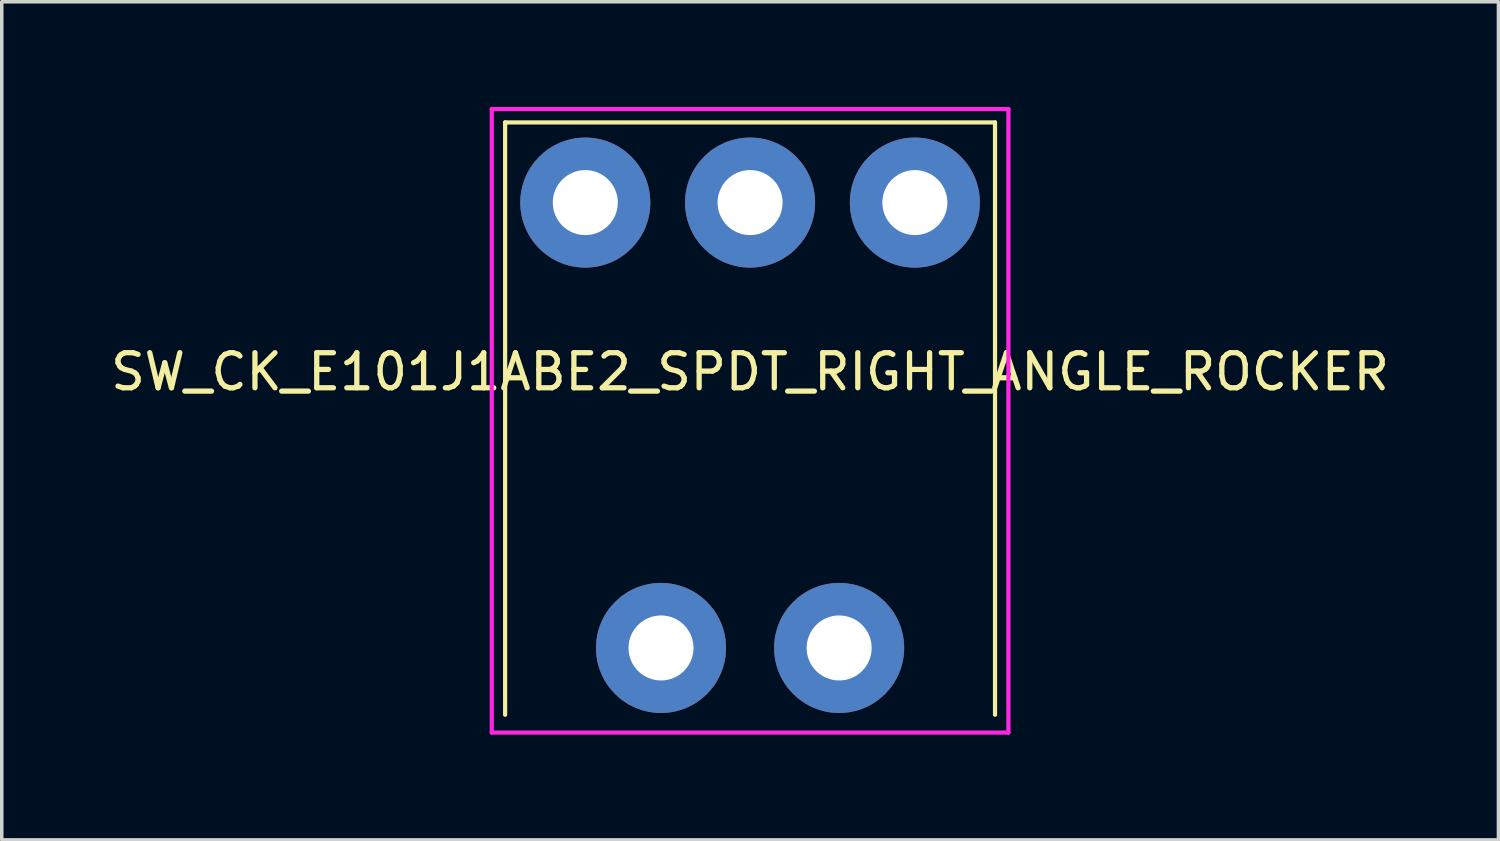
<source format=kicad_pcb>
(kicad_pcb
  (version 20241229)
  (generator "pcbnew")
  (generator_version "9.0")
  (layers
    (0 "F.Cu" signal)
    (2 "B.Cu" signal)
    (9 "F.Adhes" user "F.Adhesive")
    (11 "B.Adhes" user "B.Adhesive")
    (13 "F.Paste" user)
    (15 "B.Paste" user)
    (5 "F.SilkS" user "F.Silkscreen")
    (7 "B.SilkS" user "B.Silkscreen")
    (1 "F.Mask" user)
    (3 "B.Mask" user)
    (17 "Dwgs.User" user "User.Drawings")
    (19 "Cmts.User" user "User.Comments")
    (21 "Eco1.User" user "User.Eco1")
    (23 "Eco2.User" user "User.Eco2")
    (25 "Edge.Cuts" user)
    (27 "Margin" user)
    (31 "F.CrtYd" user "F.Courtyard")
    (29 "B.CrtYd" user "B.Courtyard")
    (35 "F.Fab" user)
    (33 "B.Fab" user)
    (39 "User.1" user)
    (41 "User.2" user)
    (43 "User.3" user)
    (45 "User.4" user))
  (footprint "SW_CK_E101J1ABE2_SPDT_RIGHT_ANGLE_ROCKER"
    (layer "F.Cu")
    (at 23.038 2.727)
    (property "Reference" "SW_CK_E101J1ABE2_SPDT_RIGHT_ANGLE_ROCKER" (at -4.699 4.826 0) (layer "F.SilkS") (effects (font (size 1 1) (thickness 0.15))))
    (attr through_hole)
    (fp_line (start -11.684 -2.286) (end -11.684 14.605) (stroke (width 0.12) (type solid)) (layer "F.SilkS"))
    (fp_line (start 2.286 -2.286) (end -11.684 -2.286) (stroke (width 0.12) (type solid)) (layer "F.SilkS"))
    (fp_line (start 2.286 -2.286) (end 2.286 14.605) (stroke (width 0.12) (type solid)) (layer "F.SilkS"))
    (fp_line (start -12.065 -2.667) (end -12.065 15.113) (stroke (width 0.12) (type solid)) (layer "F.CrtYd"))
    (fp_line (start -12.065 15.113) (end 2.667 15.113) (stroke (width 0.12) (type solid)) (layer "F.CrtYd"))
    (fp_line (start 2.667 -2.667) (end -12.065 -2.667) (stroke (width 0.12) (type solid)) (layer "F.CrtYd"))
    (fp_line (start 2.667 15.113) (end 2.667 -2.667) (stroke (width 0.12) (type solid)) (layer "F.CrtYd"))
    (pad "" thru_hole circle (at -7.239 12.7) (size 3.708 3.708) (drill 1.854) (layers "*.Cu" "*.Mask"))
    (pad "" thru_hole circle (at -2.159 12.7) (size 3.708 3.708) (drill 1.854) (layers "*.Cu" "*.Mask"))
    (pad "1" thru_hole circle (at 0 0) (size 3.708 3.708) (drill 1.854) (layers "*.Cu" "*.Mask"))
    (pad "2" thru_hole circle (at -4.699 0) (size 3.708 3.708) (drill 1.854) (layers "*.Cu" "*.Mask"))
    (pad "3" thru_hole circle (at -9.398 0) (size 3.708 3.708) (drill 1.854) (layers "*.Cu" "*.Mask")))
  (gr_rect
    (start -3 -3)
    (end 39.679 20.9)
    (stroke (width 0.1) (type default))
    (fill no)
    (layer "Edge.Cuts")))
</source>
